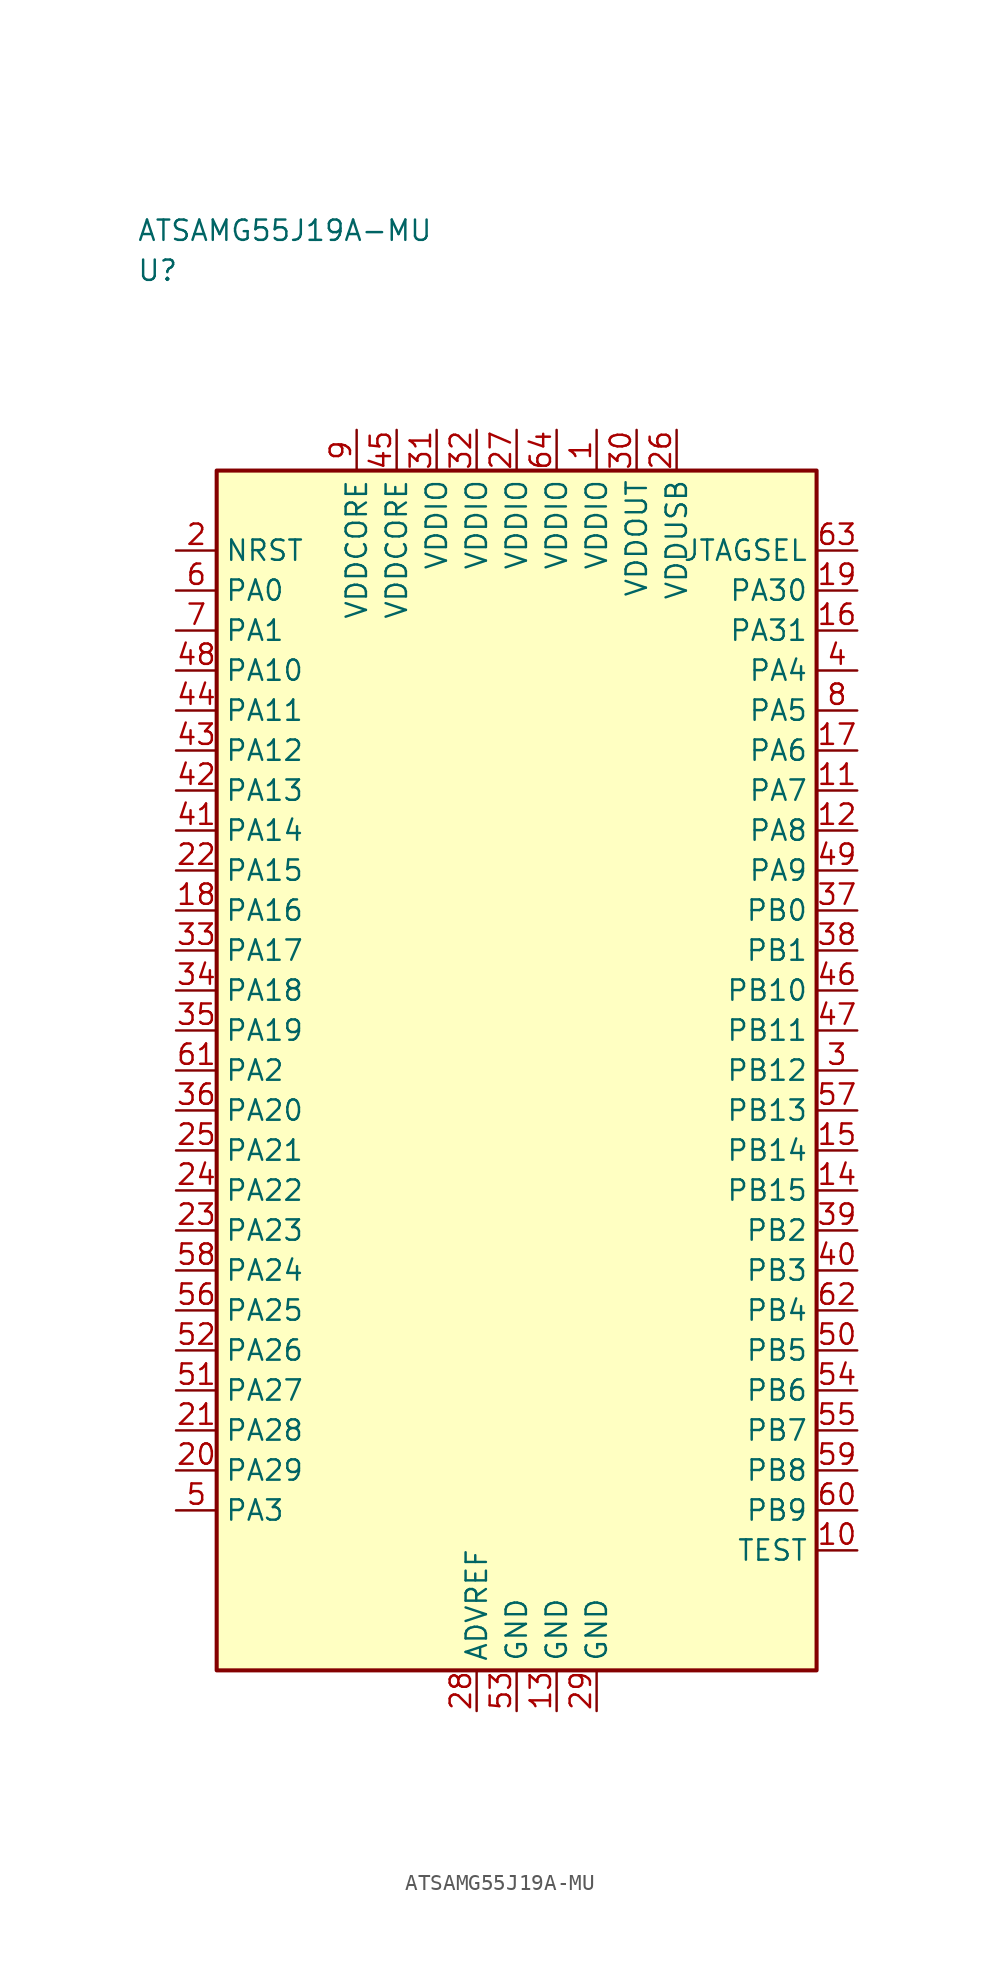
<source format=kicad_sym>
(kicad_symbol_lib
  (version 20241025)
  (generator "kicad_symbol_editor")
  (generator_version "8.0")
  (symbol "ATSAMG55J19A-MU"
    (property "Reference" "U"
      (at -23.75 50.0 0)
      (effects (font (size 1.27 1.27)) (justify left)))
    (property "Value" "ATSAMG55J19A-MU"
      (at -23.75 52.5 0)
      (effects (font (size 1.27 1.27)) (justify left)))
    (symbol "ATSAMG55J19A-MU_0_1"
      (rectangle (start -18.75 37.5) (end 18.75 -37.5) (stroke (width 0.254) (type default)) (fill (type background))))
    (symbol "ATSAMG55J19A-MU_1_1"
      (pin bidirectional line (at -21.29 30.0 0.0) (length 2.54) (name "PA0" (effects (font (size 1.27 1.27)))) (number "6" (effects (font (size 1.27 1.27)))))
      (pin bidirectional line (at -21.29 27.5 0.0) (length 2.54) (name "PA1" (effects (font (size 1.27 1.27)))) (number "7" (effects (font (size 1.27 1.27)))))
      (pin bidirectional line (at -21.29 0.0 0.0) (length 2.54) (name "PA2" (effects (font (size 1.27 1.27)))) (number "61" (effects (font (size 1.27 1.27)))))
      (pin bidirectional line (at -21.29 -27.5 0.0) (length 2.54) (name "PA3" (effects (font (size 1.27 1.27)))) (number "5" (effects (font (size 1.27 1.27)))))
      (pin bidirectional line (at 21.29 25.0 180.0) (length 2.54) (name "PA4" (effects (font (size 1.27 1.27)))) (number "4" (effects (font (size 1.27 1.27)))))
      (pin bidirectional line (at 21.29 22.5 180.0) (length 2.54) (name "PA5" (effects (font (size 1.27 1.27)))) (number "8" (effects (font (size 1.27 1.27)))))
      (pin bidirectional line (at 21.29 20.0 180.0) (length 2.54) (name "PA6" (effects (font (size 1.27 1.27)))) (number "17" (effects (font (size 1.27 1.27)))))
      (pin bidirectional line (at 21.29 17.5 180.0) (length 2.54) (name "PA7" (effects (font (size 1.27 1.27)))) (number "11" (effects (font (size 1.27 1.27)))))
      (pin bidirectional line (at 21.29 15.0 180.0) (length 2.54) (name "PA8" (effects (font (size 1.27 1.27)))) (number "12" (effects (font (size 1.27 1.27)))))
      (pin bidirectional line (at 21.29 12.5 180.0) (length 2.54) (name "PA9" (effects (font (size 1.27 1.27)))) (number "49" (effects (font (size 1.27 1.27)))))
      (pin bidirectional line (at -21.29 25.0 0.0) (length 2.54) (name "PA10" (effects (font (size 1.27 1.27)))) (number "48" (effects (font (size 1.27 1.27)))))
      (pin bidirectional line (at -21.29 22.5 0.0) (length 2.54) (name "PA11" (effects (font (size 1.27 1.27)))) (number "44" (effects (font (size 1.27 1.27)))))
      (pin bidirectional line (at -21.29 20.0 0.0) (length 2.54) (name "PA12" (effects (font (size 1.27 1.27)))) (number "43" (effects (font (size 1.27 1.27)))))
      (pin bidirectional line (at -21.29 17.5 0.0) (length 2.54) (name "PA13" (effects (font (size 1.27 1.27)))) (number "42" (effects (font (size 1.27 1.27)))))
      (pin bidirectional line (at -21.29 15.0 0.0) (length 2.54) (name "PA14" (effects (font (size 1.27 1.27)))) (number "41" (effects (font (size 1.27 1.27)))))
      (pin bidirectional line (at -21.29 12.5 0.0) (length 2.54) (name "PA15" (effects (font (size 1.27 1.27)))) (number "22" (effects (font (size 1.27 1.27)))))
      (pin bidirectional line (at -21.29 10.0 0.0) (length 2.54) (name "PA16" (effects (font (size 1.27 1.27)))) (number "18" (effects (font (size 1.27 1.27)))))
      (pin bidirectional line (at -21.29 7.5 0.0) (length 2.54) (name "PA17" (effects (font (size 1.27 1.27)))) (number "33" (effects (font (size 1.27 1.27)))))
      (pin bidirectional line (at -21.29 5.0 0.0) (length 2.54) (name "PA18" (effects (font (size 1.27 1.27)))) (number "34" (effects (font (size 1.27 1.27)))))
      (pin bidirectional line (at -21.29 2.5 0.0) (length 2.54) (name "PA19" (effects (font (size 1.27 1.27)))) (number "35" (effects (font (size 1.27 1.27)))))
      (pin bidirectional line (at -21.29 -2.5 0.0) (length 2.54) (name "PA20" (effects (font (size 1.27 1.27)))) (number "36" (effects (font (size 1.27 1.27)))))
      (pin bidirectional line (at -21.29 -5.0 0.0) (length 2.54) (name "PA21" (effects (font (size 1.27 1.27)))) (number "25" (effects (font (size 1.27 1.27)))))
      (pin bidirectional line (at -21.29 -7.5 0.0) (length 2.54) (name "PA22" (effects (font (size 1.27 1.27)))) (number "24" (effects (font (size 1.27 1.27)))))
      (pin bidirectional line (at -21.29 -10.0 0.0) (length 2.54) (name "PA23" (effects (font (size 1.27 1.27)))) (number "23" (effects (font (size 1.27 1.27)))))
      (pin bidirectional line (at -21.29 -12.5 0.0) (length 2.54) (name "PA24" (effects (font (size 1.27 1.27)))) (number "58" (effects (font (size 1.27 1.27)))))
      (pin bidirectional line (at -21.29 -15.0 0.0) (length 2.54) (name "PA25" (effects (font (size 1.27 1.27)))) (number "56" (effects (font (size 1.27 1.27)))))
      (pin bidirectional line (at -21.29 -17.5 0.0) (length 2.54) (name "PA26" (effects (font (size 1.27 1.27)))) (number "52" (effects (font (size 1.27 1.27)))))
      (pin bidirectional line (at -21.29 -20.0 0.0) (length 2.54) (name "PA27" (effects (font (size 1.27 1.27)))) (number "51" (effects (font (size 1.27 1.27)))))
      (pin bidirectional line (at -21.29 -22.5 0.0) (length 2.54) (name "PA28" (effects (font (size 1.27 1.27)))) (number "21" (effects (font (size 1.27 1.27)))))
      (pin bidirectional line (at -21.29 -25.0 0.0) (length 2.54) (name "PA29" (effects (font (size 1.27 1.27)))) (number "20" (effects (font (size 1.27 1.27)))))
      (pin bidirectional line (at 21.29 30.0 180.0) (length 2.54) (name "PA30" (effects (font (size 1.27 1.27)))) (number "19" (effects (font (size 1.27 1.27)))))
      (pin bidirectional line (at 21.29 27.5 180.0) (length 2.54) (name "PA31" (effects (font (size 1.27 1.27)))) (number "16" (effects (font (size 1.27 1.27)))))
      (pin bidirectional line (at 21.29 10.0 180.0) (length 2.54) (name "PB0" (effects (font (size 1.27 1.27)))) (number "37" (effects (font (size 1.27 1.27)))))
      (pin bidirectional line (at 21.29 7.5 180.0) (length 2.54) (name "PB1" (effects (font (size 1.27 1.27)))) (number "38" (effects (font (size 1.27 1.27)))))
      (pin bidirectional line (at 21.29 -10.0 180.0) (length 2.54) (name "PB2" (effects (font (size 1.27 1.27)))) (number "39" (effects (font (size 1.27 1.27)))))
      (pin bidirectional line (at 21.29 -12.5 180.0) (length 2.54) (name "PB3" (effects (font (size 1.27 1.27)))) (number "40" (effects (font (size 1.27 1.27)))))
      (pin bidirectional line (at 21.29 -15.0 180.0) (length 2.54) (name "PB4" (effects (font (size 1.27 1.27)))) (number "62" (effects (font (size 1.27 1.27)))))
      (pin bidirectional line (at 21.29 -17.5 180.0) (length 2.54) (name "PB5" (effects (font (size 1.27 1.27)))) (number "50" (effects (font (size 1.27 1.27)))))
      (pin bidirectional line (at 21.29 -20.0 180.0) (length 2.54) (name "PB6" (effects (font (size 1.27 1.27)))) (number "54" (effects (font (size 1.27 1.27)))))
      (pin bidirectional line (at 21.29 -22.5 180.0) (length 2.54) (name "PB7" (effects (font (size 1.27 1.27)))) (number "55" (effects (font (size 1.27 1.27)))))
      (pin bidirectional line (at 21.29 -25.0 180.0) (length 2.54) (name "PB8" (effects (font (size 1.27 1.27)))) (number "59" (effects (font (size 1.27 1.27)))))
      (pin bidirectional line (at 21.29 -27.5 180.0) (length 2.54) (name "PB9" (effects (font (size 1.27 1.27)))) (number "60" (effects (font (size 1.27 1.27)))))
      (pin bidirectional line (at 21.29 5.0 180.0) (length 2.54) (name "PB10" (effects (font (size 1.27 1.27)))) (number "46" (effects (font (size 1.27 1.27)))))
      (pin bidirectional line (at 21.29 2.5 180.0) (length 2.54) (name "PB11" (effects (font (size 1.27 1.27)))) (number "47" (effects (font (size 1.27 1.27)))))
      (pin bidirectional line (at 21.29 0.0 180.0) (length 2.54) (name "PB12" (effects (font (size 1.27 1.27)))) (number "3" (effects (font (size 1.27 1.27)))))
      (pin bidirectional line (at 21.29 -2.5 180.0) (length 2.54) (name "PB13" (effects (font (size 1.27 1.27)))) (number "57" (effects (font (size 1.27 1.27)))))
      (pin bidirectional line (at 21.29 -5.0 180.0) (length 2.54) (name "PB14" (effects (font (size 1.27 1.27)))) (number "15" (effects (font (size 1.27 1.27)))))
      (pin bidirectional line (at 21.29 -7.5 180.0) (length 2.54) (name "PB15" (effects (font (size 1.27 1.27)))) (number "14" (effects (font (size 1.27 1.27)))))
      (pin passive line (at -2.5 -40.04 90.0) (length 2.54) (name "ADVREF" (effects (font (size 1.27 1.27)))) (number "28" (effects (font (size 1.27 1.27)))))
      (pin power_in line (at 7.5 40.04 270.0) (length 2.54) (name "VDDOUT" (effects (font (size 1.27 1.27)))) (number "30" (effects (font (size 1.27 1.27)))))
      (pin input line (at -21.29 32.5 0.0) (length 2.54) (name "NRST" (effects (font (size 1.27 1.27)))) (number "2" (effects (font (size 1.27 1.27)))))
      (pin bidirectional line (at 21.29 -30.0 180.0) (length 2.54) (name "TEST" (effects (font (size 1.27 1.27)))) (number "10" (effects (font (size 1.27 1.27)))))
      (pin power_in line (at -5.0 40.04 270.0) (length 2.54) (name "VDDIO" (effects (font (size 1.27 1.27)))) (number "31" (effects (font (size 1.27 1.27)))))
      (pin power_in line (at -2.5 40.04 270.0) (length 2.54) (name "VDDIO" (effects (font (size 1.27 1.27)))) (number "32" (effects (font (size 1.27 1.27)))))
      (pin power_in line (at 0.0 40.04 270.0) (length 2.54) (name "VDDIO" (effects (font (size 1.27 1.27)))) (number "27" (effects (font (size 1.27 1.27)))))
      (pin power_in line (at 2.5 40.04 270.0) (length 2.54) (name "VDDIO" (effects (font (size 1.27 1.27)))) (number "64" (effects (font (size 1.27 1.27)))))
      (pin power_in line (at 5.0 40.04 270.0) (length 2.54) (name "VDDIO" (effects (font (size 1.27 1.27)))) (number "1" (effects (font (size 1.27 1.27)))))
      (pin power_in line (at 10.0 40.04 270.0) (length 2.54) (name "VDDUSB" (effects (font (size 1.27 1.27)))) (number "26" (effects (font (size 1.27 1.27)))))
      (pin output line (at 21.29 32.5 180.0) (length 2.54) (name "JTAGSEL" (effects (font (size 1.27 1.27)))) (number "63" (effects (font (size 1.27 1.27)))))
      (pin power_in line (at -10.0 40.04 270.0) (length 2.54) (name "VDDCORE" (effects (font (size 1.27 1.27)))) (number "9" (effects (font (size 1.27 1.27)))))
      (pin power_in line (at -7.5 40.04 270.0) (length 2.54) (name "VDDCORE" (effects (font (size 1.27 1.27)))) (number "45" (effects (font (size 1.27 1.27)))))
      (pin passive line (at 0.0 -40.04 90.0) (length 2.54) (name "GND" (effects (font (size 1.27 1.27)))) (number "53" (effects (font (size 1.27 1.27)))))
      (pin passive line (at 2.5 -40.04 90.0) (length 2.54) (name "GND" (effects (font (size 1.27 1.27)))) (number "13" (effects (font (size 1.27 1.27)))))
      (pin passive line (at 5.0 -40.04 90.0) (length 2.54) (name "GND" (effects (font (size 1.27 1.27)))) (number "29" (effects (font (size 1.27 1.27))))))))
</source>
